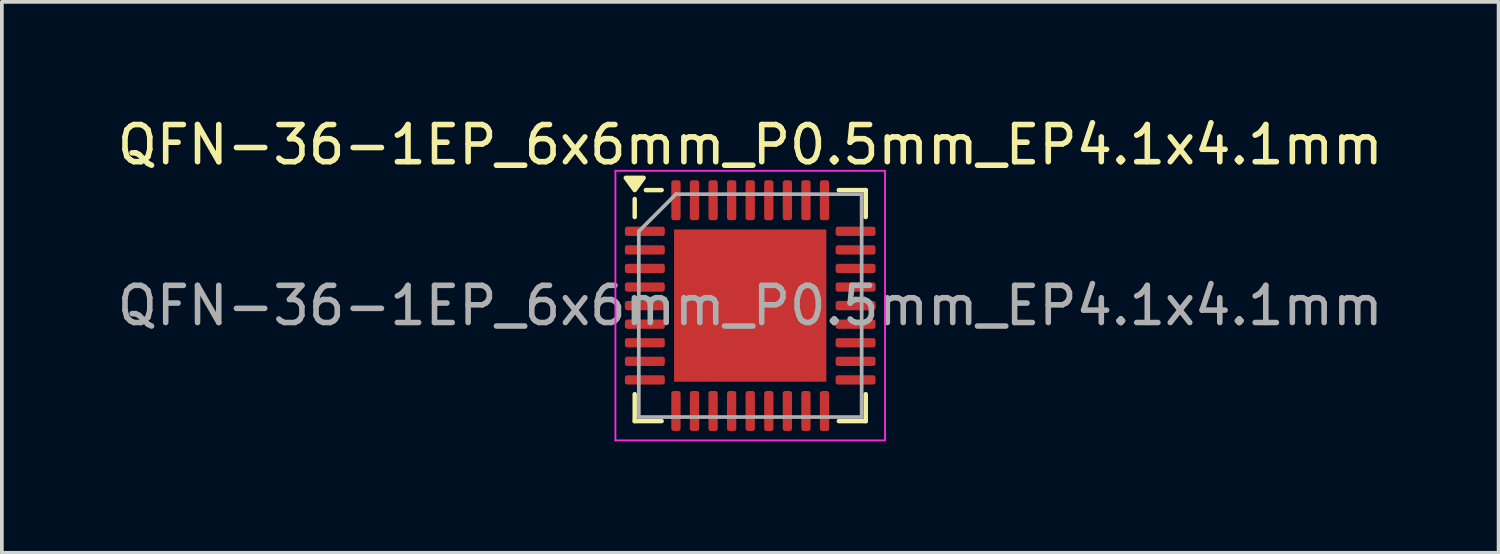
<source format=kicad_pcb>
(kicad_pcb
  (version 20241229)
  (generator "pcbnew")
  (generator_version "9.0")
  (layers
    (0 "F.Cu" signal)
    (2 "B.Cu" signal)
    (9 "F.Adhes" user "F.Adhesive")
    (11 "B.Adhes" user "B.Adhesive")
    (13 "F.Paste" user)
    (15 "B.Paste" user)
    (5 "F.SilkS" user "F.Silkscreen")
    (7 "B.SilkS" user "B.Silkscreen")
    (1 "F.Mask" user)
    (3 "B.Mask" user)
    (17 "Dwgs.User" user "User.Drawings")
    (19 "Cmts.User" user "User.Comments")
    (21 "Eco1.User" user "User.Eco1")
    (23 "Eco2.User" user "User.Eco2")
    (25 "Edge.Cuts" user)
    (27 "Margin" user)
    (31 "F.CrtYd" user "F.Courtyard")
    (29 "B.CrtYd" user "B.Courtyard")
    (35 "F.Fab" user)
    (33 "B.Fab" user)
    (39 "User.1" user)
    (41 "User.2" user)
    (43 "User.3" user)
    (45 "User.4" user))
  (footprint "QFN-36-1EP_6x6mm_P0.5mm_EP4.1x4.1mm"
    (layer "F.Cu")
    (at 17.149 5.178)
    (property "Reference" "QFN-36-1EP_6x6mm_P0.5mm_EP4.1x4.1mm" (at 0 -4.33 0) (layer "F.SilkS") (effects (font (size 1 1) (thickness 0.15))))
    (attr smd)
    (fp_line (start -3.11 -2.385) (end -3.11 -2.87) (stroke (width 0.12) (type solid)) (layer "F.SilkS"))
    (fp_line (start -3.11 3.11) (end -3.11 2.385) (stroke (width 0.12) (type solid)) (layer "F.SilkS"))
    (fp_line (start -2.385 -3.11) (end -2.81 -3.11) (stroke (width 0.12) (type solid)) (layer "F.SilkS"))
    (fp_line (start -2.385 3.11) (end -3.11 3.11) (stroke (width 0.12) (type solid)) (layer "F.SilkS"))
    (fp_line (start 2.385 -3.11) (end 3.11 -3.11) (stroke (width 0.12) (type solid)) (layer "F.SilkS"))
    (fp_line (start 2.385 3.11) (end 3.11 3.11) (stroke (width 0.12) (type solid)) (layer "F.SilkS"))
    (fp_line (start 3.11 -3.11) (end 3.11 -2.385) (stroke (width 0.12) (type solid)) (layer "F.SilkS"))
    (fp_line (start 3.11 3.11) (end 3.11 2.385) (stroke (width 0.12) (type solid)) (layer "F.SilkS"))
    (fp_poly (pts (xy -3.11 -3.11) (xy -3.35 -3.44) (xy -2.87 -3.44) (xy -3.11 -3.11)) (stroke (width 0.12) (type solid)) (fill yes) (layer "F.SilkS"))
    (fp_line (start -3.63 -3.63) (end -3.63 3.63) (stroke (width 0.05) (type solid)) (layer "F.CrtYd"))
    (fp_line (start -3.63 3.63) (end 3.63 3.63) (stroke (width 0.05) (type solid)) (layer "F.CrtYd"))
    (fp_line (start 3.63 -3.63) (end -3.63 -3.63) (stroke (width 0.05) (type solid)) (layer "F.CrtYd"))
    (fp_line (start 3.63 3.63) (end 3.63 -3.63) (stroke (width 0.05) (type solid)) (layer "F.CrtYd"))
    (fp_line (start -3 -2) (end -2 -3) (stroke (width 0.1) (type solid)) (layer "F.Fab"))
    (fp_line (start -3 3) (end -3 -2) (stroke (width 0.1) (type solid)) (layer "F.Fab"))
    (fp_line (start -2 -3) (end 3 -3) (stroke (width 0.1) (type solid)) (layer "F.Fab"))
    (fp_line (start 3 -3) (end 3 3) (stroke (width 0.1) (type solid)) (layer "F.Fab"))
    (fp_line (start 3 3) (end -3 3) (stroke (width 0.1) (type solid)) (layer "F.Fab"))
    (fp_text user "${REFERENCE}" (at 0 0 0) (layer "F.Fab") (effects (font (size 1 1) (thickness 0.15))))
    (pad "" smd roundrect (at -1.37 -1.37) (size 1.1 1.1) (layers "F.Paste") (roundrect_rratio 0.227))
    (pad "" smd roundrect (at -1.37 0) (size 1.1 1.1) (layers "F.Paste") (roundrect_rratio 0.227))
    (pad "" smd roundrect (at -1.37 1.37) (size 1.1 1.1) (layers "F.Paste") (roundrect_rratio 0.227))
    (pad "" smd roundrect (at 0 -1.37) (size 1.1 1.1) (layers "F.Paste") (roundrect_rratio 0.227))
    (pad "" smd roundrect (at 0 0) (size 1.1 1.1) (layers "F.Paste") (roundrect_rratio 0.227))
    (pad "" smd roundrect (at 0 1.37) (size 1.1 1.1) (layers "F.Paste") (roundrect_rratio 0.227))
    (pad "" smd roundrect (at 1.37 -1.37) (size 1.1 1.1) (layers "F.Paste") (roundrect_rratio 0.227))
    (pad "" smd roundrect (at 1.37 0) (size 1.1 1.1) (layers "F.Paste") (roundrect_rratio 0.227))
    (pad "" smd roundrect (at 1.37 1.37) (size 1.1 1.1) (layers "F.Paste") (roundrect_rratio 0.227))
    (pad "1" smd roundrect (at -2.837 -2) (size 1.075 0.25) (layers "F.Cu" "F.Mask" "F.Paste") (roundrect_rratio 0.25))
    (pad "2" smd roundrect (at -2.837 -1.5) (size 1.075 0.25) (layers "F.Cu" "F.Mask" "F.Paste") (roundrect_rratio 0.25))
    (pad "3" smd roundrect (at -2.837 -1) (size 1.075 0.25) (layers "F.Cu" "F.Mask" "F.Paste") (roundrect_rratio 0.25))
    (pad "4" smd roundrect (at -2.837 -0.5) (size 1.075 0.25) (layers "F.Cu" "F.Mask" "F.Paste") (roundrect_rratio 0.25))
    (pad "5" smd roundrect (at -2.837 0) (size 1.075 0.25) (layers "F.Cu" "F.Mask" "F.Paste") (roundrect_rratio 0.25))
    (pad "6" smd roundrect (at -2.837 0.5) (size 1.075 0.25) (layers "F.Cu" "F.Mask" "F.Paste") (roundrect_rratio 0.25))
    (pad "7" smd roundrect (at -2.837 1) (size 1.075 0.25) (layers "F.Cu" "F.Mask" "F.Paste") (roundrect_rratio 0.25))
    (pad "8" smd roundrect (at -2.837 1.5) (size 1.075 0.25) (layers "F.Cu" "F.Mask" "F.Paste") (roundrect_rratio 0.25))
    (pad "9" smd roundrect (at -2.837 2) (size 1.075 0.25) (layers "F.Cu" "F.Mask" "F.Paste") (roundrect_rratio 0.25))
    (pad "10" smd roundrect (at -2 2.837) (size 0.25 1.075) (layers "F.Cu" "F.Mask" "F.Paste") (roundrect_rratio 0.25))
    (pad "11" smd roundrect (at -1.5 2.837) (size 0.25 1.075) (layers "F.Cu" "F.Mask" "F.Paste") (roundrect_rratio 0.25))
    (pad "12" smd roundrect (at -1 2.837) (size 0.25 1.075) (layers "F.Cu" "F.Mask" "F.Paste") (roundrect_rratio 0.25))
    (pad "13" smd roundrect (at -0.5 2.837) (size 0.25 1.075) (layers "F.Cu" "F.Mask" "F.Paste") (roundrect_rratio 0.25))
    (pad "14" smd roundrect (at 0 2.837) (size 0.25 1.075) (layers "F.Cu" "F.Mask" "F.Paste") (roundrect_rratio 0.25))
    (pad "15" smd roundrect (at 0.5 2.837) (size 0.25 1.075) (layers "F.Cu" "F.Mask" "F.Paste") (roundrect_rratio 0.25))
    (pad "16" smd roundrect (at 1 2.837) (size 0.25 1.075) (layers "F.Cu" "F.Mask" "F.Paste") (roundrect_rratio 0.25))
    (pad "17" smd roundrect (at 1.5 2.837) (size 0.25 1.075) (layers "F.Cu" "F.Mask" "F.Paste") (roundrect_rratio 0.25))
    (pad "18" smd roundrect (at 2 2.837) (size 0.25 1.075) (layers "F.Cu" "F.Mask" "F.Paste") (roundrect_rratio 0.25))
    (pad "19" smd roundrect (at 2.837 2) (size 1.075 0.25) (layers "F.Cu" "F.Mask" "F.Paste") (roundrect_rratio 0.25))
    (pad "20" smd roundrect (at 2.837 1.5) (size 1.075 0.25) (layers "F.Cu" "F.Mask" "F.Paste") (roundrect_rratio 0.25))
    (pad "21" smd roundrect (at 2.837 1) (size 1.075 0.25) (layers "F.Cu" "F.Mask" "F.Paste") (roundrect_rratio 0.25))
    (pad "22" smd roundrect (at 2.837 0.5) (size 1.075 0.25) (layers "F.Cu" "F.Mask" "F.Paste") (roundrect_rratio 0.25))
    (pad "23" smd roundrect (at 2.837 0) (size 1.075 0.25) (layers "F.Cu" "F.Mask" "F.Paste") (roundrect_rratio 0.25))
    (pad "24" smd roundrect (at 2.837 -0.5) (size 1.075 0.25) (layers "F.Cu" "F.Mask" "F.Paste") (roundrect_rratio 0.25))
    (pad "25" smd roundrect (at 2.837 -1) (size 1.075 0.25) (layers "F.Cu" "F.Mask" "F.Paste") (roundrect_rratio 0.25))
    (pad "26" smd roundrect (at 2.837 -1.5) (size 1.075 0.25) (layers "F.Cu" "F.Mask" "F.Paste") (roundrect_rratio 0.25))
    (pad "27" smd roundrect (at 2.837 -2) (size 1.075 0.25) (layers "F.Cu" "F.Mask" "F.Paste") (roundrect_rratio 0.25))
    (pad "28" smd roundrect (at 2 -2.837) (size 0.25 1.075) (layers "F.Cu" "F.Mask" "F.Paste") (roundrect_rratio 0.25))
    (pad "29" smd roundrect (at 1.5 -2.837) (size 0.25 1.075) (layers "F.Cu" "F.Mask" "F.Paste") (roundrect_rratio 0.25))
    (pad "30" smd roundrect (at 1 -2.837) (size 0.25 1.075) (layers "F.Cu" "F.Mask" "F.Paste") (roundrect_rratio 0.25))
    (pad "31" smd roundrect (at 0.5 -2.837) (size 0.25 1.075) (layers "F.Cu" "F.Mask" "F.Paste") (roundrect_rratio 0.25))
    (pad "32" smd roundrect (at 0 -2.837) (size 0.25 1.075) (layers "F.Cu" "F.Mask" "F.Paste") (roundrect_rratio 0.25))
    (pad "33" smd roundrect (at -0.5 -2.837) (size 0.25 1.075) (layers "F.Cu" "F.Mask" "F.Paste") (roundrect_rratio 0.25))
    (pad "34" smd roundrect (at -1 -2.837) (size 0.25 1.075) (layers "F.Cu" "F.Mask" "F.Paste") (roundrect_rratio 0.25))
    (pad "35" smd roundrect (at -1.5 -2.837) (size 0.25 1.075) (layers "F.Cu" "F.Mask" "F.Paste") (roundrect_rratio 0.25))
    (pad "36" smd roundrect (at -2 -2.837) (size 0.25 1.075) (layers "F.Cu" "F.Mask" "F.Paste") (roundrect_rratio 0.25))
    (pad "37" smd rect (at 0 0) (size 4.1 4.1) (property pad_prop_heatsink) (layers "F.Cu" "F.Mask")))
  (gr_rect
    (start -3 -3)
    (end 37.298 11.833)
    (stroke (width 0.1) (type default))
    (fill no)
    (layer "Edge.Cuts")))
</source>
